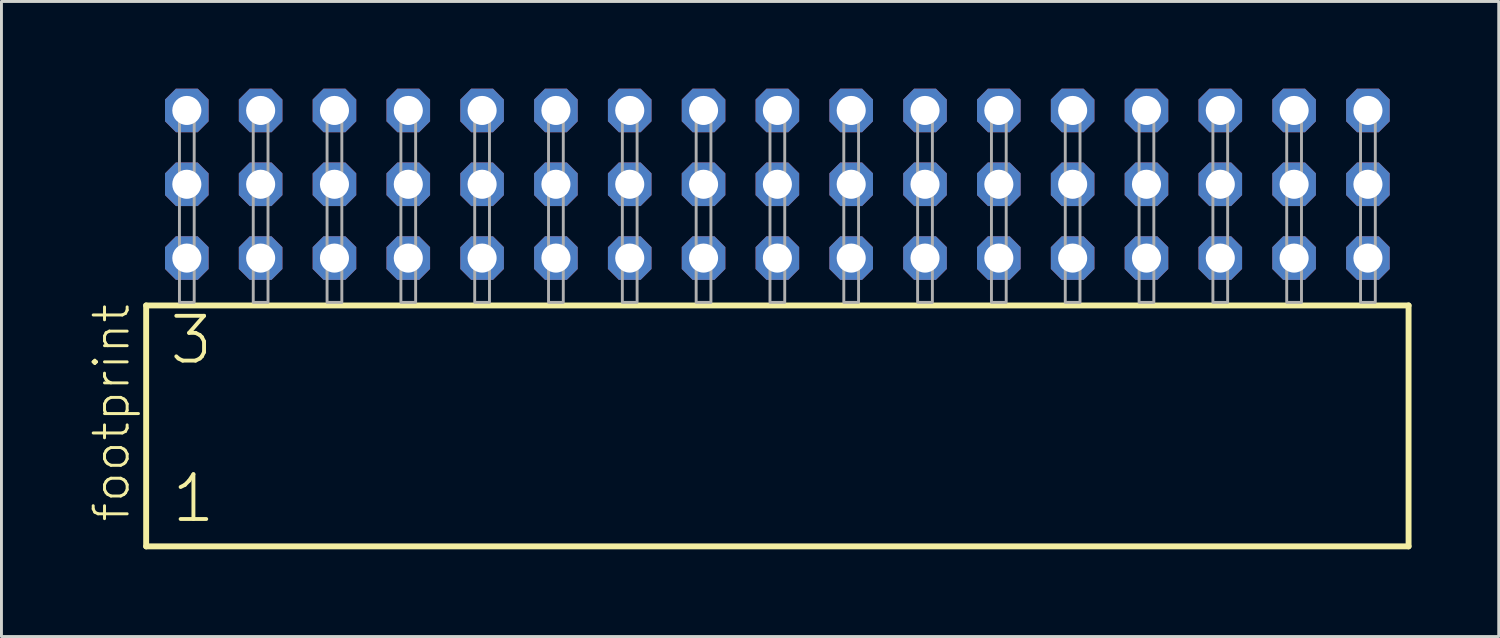
<source format=kicad_pcb>
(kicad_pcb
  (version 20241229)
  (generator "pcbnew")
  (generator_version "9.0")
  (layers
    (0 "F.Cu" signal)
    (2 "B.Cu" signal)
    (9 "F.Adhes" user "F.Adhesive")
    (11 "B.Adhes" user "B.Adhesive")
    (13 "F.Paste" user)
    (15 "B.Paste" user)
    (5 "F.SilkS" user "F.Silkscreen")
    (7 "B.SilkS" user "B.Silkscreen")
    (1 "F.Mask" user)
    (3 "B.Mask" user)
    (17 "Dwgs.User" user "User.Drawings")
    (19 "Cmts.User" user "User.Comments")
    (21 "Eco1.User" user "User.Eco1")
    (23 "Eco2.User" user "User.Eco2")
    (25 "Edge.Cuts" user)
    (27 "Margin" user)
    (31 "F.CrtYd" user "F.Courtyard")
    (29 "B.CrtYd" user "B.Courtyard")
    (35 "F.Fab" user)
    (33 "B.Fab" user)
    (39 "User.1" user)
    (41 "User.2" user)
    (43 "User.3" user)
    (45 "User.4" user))
  (footprint "footprint"
    (layer "F.Cu")
    (at 23.698 7.354)
    (property "Reference" "footprint" (at -22.225 7.62 90) (layer "F.SilkS") (effects (font (size 1.168 1.168) (thickness 0.102)) (justify left bottom)))
    (fp_line (start -21.719 0.106) (end -21.719 8.396) (stroke (width 0.203) (type solid)) (layer "F.SilkS"))
    (fp_line (start -21.719 8.396) (end 21.719 8.396) (stroke (width 0.203) (type solid)) (layer "F.SilkS"))
    (fp_line (start 21.719 0.106) (end -21.719 0.106) (stroke (width 0.203) (type solid)) (layer "F.SilkS"))
    (fp_line (start 21.719 8.396) (end 21.719 0.106) (stroke (width 0.203) (type solid)) (layer "F.SilkS"))
    (fp_poly (pts (xy -20.574 0) (xy -20.066 0) (xy -20.066 -6.858) (xy -20.574 -6.858)) (stroke (width 0.1) (type solid)) (fill no) (layer "F.Fab"))
    (fp_poly (pts (xy -18.034 0) (xy -17.526 0) (xy -17.526 -6.858) (xy -18.034 -6.858)) (stroke (width 0.1) (type solid)) (fill no) (layer "F.Fab"))
    (fp_poly (pts (xy -15.494 0) (xy -14.986 0) (xy -14.986 -6.858) (xy -15.494 -6.858)) (stroke (width 0.1) (type solid)) (fill no) (layer "F.Fab"))
    (fp_poly (pts (xy -12.954 0) (xy -12.446 0) (xy -12.446 -6.858) (xy -12.954 -6.858)) (stroke (width 0.1) (type solid)) (fill no) (layer "F.Fab"))
    (fp_poly (pts (xy -10.414 0) (xy -9.906 0) (xy -9.906 -6.858) (xy -10.414 -6.858)) (stroke (width 0.1) (type solid)) (fill no) (layer "F.Fab"))
    (fp_poly (pts (xy -7.874 0) (xy -7.366 0) (xy -7.366 -6.858) (xy -7.874 -6.858)) (stroke (width 0.1) (type solid)) (fill no) (layer "F.Fab"))
    (fp_poly (pts (xy -5.334 0) (xy -4.826 0) (xy -4.826 -6.858) (xy -5.334 -6.858)) (stroke (width 0.1) (type solid)) (fill no) (layer "F.Fab"))
    (fp_poly (pts (xy -2.794 0) (xy -2.286 0) (xy -2.286 -6.858) (xy -2.794 -6.858)) (stroke (width 0.1) (type solid)) (fill no) (layer "F.Fab"))
    (fp_poly (pts (xy -0.254 0) (xy 0.254 0) (xy 0.254 -6.858) (xy -0.254 -6.858)) (stroke (width 0.1) (type solid)) (fill no) (layer "F.Fab"))
    (fp_poly (pts (xy 2.286 0) (xy 2.794 0) (xy 2.794 -6.858) (xy 2.286 -6.858)) (stroke (width 0.1) (type solid)) (fill no) (layer "F.Fab"))
    (fp_poly (pts (xy 4.826 0) (xy 5.334 0) (xy 5.334 -6.858) (xy 4.826 -6.858)) (stroke (width 0.1) (type solid)) (fill no) (layer "F.Fab"))
    (fp_poly (pts (xy 7.366 0) (xy 7.874 0) (xy 7.874 -6.858) (xy 7.366 -6.858)) (stroke (width 0.1) (type solid)) (fill no) (layer "F.Fab"))
    (fp_poly (pts (xy 9.906 0) (xy 10.414 0) (xy 10.414 -6.858) (xy 9.906 -6.858)) (stroke (width 0.1) (type solid)) (fill no) (layer "F.Fab"))
    (fp_poly (pts (xy 12.446 0) (xy 12.954 0) (xy 12.954 -6.858) (xy 12.446 -6.858)) (stroke (width 0.1) (type solid)) (fill no) (layer "F.Fab"))
    (fp_poly (pts (xy 14.986 0) (xy 15.494 0) (xy 15.494 -6.858) (xy 14.986 -6.858)) (stroke (width 0.1) (type solid)) (fill no) (layer "F.Fab"))
    (fp_poly (pts (xy 17.526 0) (xy 18.034 0) (xy 18.034 -6.858) (xy 17.526 -6.858)) (stroke (width 0.1) (type solid)) (fill no) (layer "F.Fab"))
    (fp_poly (pts (xy 20.066 0) (xy 20.574 0) (xy 20.574 -6.858) (xy 20.066 -6.858)) (stroke (width 0.1) (type solid)) (fill no) (layer "F.Fab"))
    (fp_text user "3" (at -20.99 2.2 0) (layer "F.SilkS") (effects (font (size 1.542 1.542) (thickness 0.134)) (justify left bottom)))
    (fp_text user "1" (at -20.915 7.65 0) (layer "F.SilkS") (effects (font (size 1.542 1.542) (thickness 0.134)) (justify left bottom)))
    (pad "1" thru_hole roundrect (at -20.32 -1.524) (size 1.5 1.5) (drill 1) (layers "*.Cu" "*.Mask") (roundrect_rratio 0.25) (chamfer_ratio 0.25) (chamfer top_left top_right bottom_left bottom_right))
    (pad "2" thru_hole roundrect (at -20.32 -4.064) (size 1.5 1.5) (drill 1) (layers "*.Cu" "*.Mask") (roundrect_rratio 0.25) (chamfer_ratio 0.25) (chamfer top_left top_right bottom_left bottom_right))
    (pad "3" thru_hole roundrect (at -20.32 -6.604) (size 1.5 1.5) (drill 1) (layers "*.Cu" "*.Mask") (roundrect_rratio 0.25) (chamfer_ratio 0.25) (chamfer top_left top_right bottom_left bottom_right))
    (pad "4" thru_hole roundrect (at -17.78 -1.524) (size 1.5 1.5) (drill 1) (layers "*.Cu" "*.Mask") (roundrect_rratio 0.25) (chamfer_ratio 0.25) (chamfer top_left top_right bottom_left bottom_right))
    (pad "5" thru_hole roundrect (at -17.78 -4.064) (size 1.5 1.5) (drill 1) (layers "*.Cu" "*.Mask") (roundrect_rratio 0.25) (chamfer_ratio 0.25) (chamfer top_left top_right bottom_left bottom_right))
    (pad "6" thru_hole roundrect (at -17.78 -6.604) (size 1.5 1.5) (drill 1) (layers "*.Cu" "*.Mask") (roundrect_rratio 0.25) (chamfer_ratio 0.25) (chamfer top_left top_right bottom_left bottom_right))
    (pad "7" thru_hole roundrect (at -15.24 -1.524) (size 1.5 1.5) (drill 1) (layers "*.Cu" "*.Mask") (roundrect_rratio 0.25) (chamfer_ratio 0.25) (chamfer top_left top_right bottom_left bottom_right))
    (pad "8" thru_hole roundrect (at -15.24 -4.064) (size 1.5 1.5) (drill 1) (layers "*.Cu" "*.Mask") (roundrect_rratio 0.25) (chamfer_ratio 0.25) (chamfer top_left top_right bottom_left bottom_right))
    (pad "9" thru_hole roundrect (at -15.24 -6.604) (size 1.5 1.5) (drill 1) (layers "*.Cu" "*.Mask") (roundrect_rratio 0.25) (chamfer_ratio 0.25) (chamfer top_left top_right bottom_left bottom_right))
    (pad "10" thru_hole roundrect (at -12.7 -1.524) (size 1.5 1.5) (drill 1) (layers "*.Cu" "*.Mask") (roundrect_rratio 0.25) (chamfer_ratio 0.25) (chamfer top_left top_right bottom_left bottom_right))
    (pad "11" thru_hole roundrect (at -12.7 -4.064) (size 1.5 1.5) (drill 1) (layers "*.Cu" "*.Mask") (roundrect_rratio 0.25) (chamfer_ratio 0.25) (chamfer top_left top_right bottom_left bottom_right))
    (pad "12" thru_hole roundrect (at -12.7 -6.604) (size 1.5 1.5) (drill 1) (layers "*.Cu" "*.Mask") (roundrect_rratio 0.25) (chamfer_ratio 0.25) (chamfer top_left top_right bottom_left bottom_right))
    (pad "13" thru_hole roundrect (at -10.16 -1.524) (size 1.5 1.5) (drill 1) (layers "*.Cu" "*.Mask") (roundrect_rratio 0.25) (chamfer_ratio 0.25) (chamfer top_left top_right bottom_left bottom_right))
    (pad "14" thru_hole roundrect (at -10.16 -4.064) (size 1.5 1.5) (drill 1) (layers "*.Cu" "*.Mask") (roundrect_rratio 0.25) (chamfer_ratio 0.25) (chamfer top_left top_right bottom_left bottom_right))
    (pad "15" thru_hole roundrect (at -10.16 -6.604) (size 1.5 1.5) (drill 1) (layers "*.Cu" "*.Mask") (roundrect_rratio 0.25) (chamfer_ratio 0.25) (chamfer top_left top_right bottom_left bottom_right))
    (pad "16" thru_hole roundrect (at -7.62 -1.524) (size 1.5 1.5) (drill 1) (layers "*.Cu" "*.Mask") (roundrect_rratio 0.25) (chamfer_ratio 0.25) (chamfer top_left top_right bottom_left bottom_right))
    (pad "17" thru_hole roundrect (at -7.62 -4.064) (size 1.5 1.5) (drill 1) (layers "*.Cu" "*.Mask") (roundrect_rratio 0.25) (chamfer_ratio 0.25) (chamfer top_left top_right bottom_left bottom_right))
    (pad "18" thru_hole roundrect (at -7.62 -6.604) (size 1.5 1.5) (drill 1) (layers "*.Cu" "*.Mask") (roundrect_rratio 0.25) (chamfer_ratio 0.25) (chamfer top_left top_right bottom_left bottom_right))
    (pad "19" thru_hole roundrect (at -5.08 -1.524) (size 1.5 1.5) (drill 1) (layers "*.Cu" "*.Mask") (roundrect_rratio 0.25) (chamfer_ratio 0.25) (chamfer top_left top_right bottom_left bottom_right))
    (pad "20" thru_hole roundrect (at -5.08 -4.064) (size 1.5 1.5) (drill 1) (layers "*.Cu" "*.Mask") (roundrect_rratio 0.25) (chamfer_ratio 0.25) (chamfer top_left top_right bottom_left bottom_right))
    (pad "21" thru_hole roundrect (at -5.08 -6.604) (size 1.5 1.5) (drill 1) (layers "*.Cu" "*.Mask") (roundrect_rratio 0.25) (chamfer_ratio 0.25) (chamfer top_left top_right bottom_left bottom_right))
    (pad "22" thru_hole roundrect (at -2.54 -1.524) (size 1.5 1.5) (drill 1) (layers "*.Cu" "*.Mask") (roundrect_rratio 0.25) (chamfer_ratio 0.25) (chamfer top_left top_right bottom_left bottom_right))
    (pad "23" thru_hole roundrect (at -2.54 -4.064) (size 1.5 1.5) (drill 1) (layers "*.Cu" "*.Mask") (roundrect_rratio 0.25) (chamfer_ratio 0.25) (chamfer top_left top_right bottom_left bottom_right))
    (pad "24" thru_hole roundrect (at -2.54 -6.604) (size 1.5 1.5) (drill 1) (layers "*.Cu" "*.Mask") (roundrect_rratio 0.25) (chamfer_ratio 0.25) (chamfer top_left top_right bottom_left bottom_right))
    (pad "25" thru_hole roundrect (at 0 -1.524) (size 1.5 1.5) (drill 1) (layers "*.Cu" "*.Mask") (roundrect_rratio 0.25) (chamfer_ratio 0.25) (chamfer top_left top_right bottom_left bottom_right))
    (pad "26" thru_hole roundrect (at 0 -4.064) (size 1.5 1.5) (drill 1) (layers "*.Cu" "*.Mask") (roundrect_rratio 0.25) (chamfer_ratio 0.25) (chamfer top_left top_right bottom_left bottom_right))
    (pad "27" thru_hole roundrect (at 0 -6.604) (size 1.5 1.5) (drill 1) (layers "*.Cu" "*.Mask") (roundrect_rratio 0.25) (chamfer_ratio 0.25) (chamfer top_left top_right bottom_left bottom_right))
    (pad "28" thru_hole roundrect (at 2.54 -1.524) (size 1.5 1.5) (drill 1) (layers "*.Cu" "*.Mask") (roundrect_rratio 0.25) (chamfer_ratio 0.25) (chamfer top_left top_right bottom_left bottom_right))
    (pad "29" thru_hole roundrect (at 2.54 -4.064) (size 1.5 1.5) (drill 1) (layers "*.Cu" "*.Mask") (roundrect_rratio 0.25) (chamfer_ratio 0.25) (chamfer top_left top_right bottom_left bottom_right))
    (pad "30" thru_hole roundrect (at 2.54 -6.604) (size 1.5 1.5) (drill 1) (layers "*.Cu" "*.Mask") (roundrect_rratio 0.25) (chamfer_ratio 0.25) (chamfer top_left top_right bottom_left bottom_right))
    (pad "31" thru_hole roundrect (at 5.08 -1.524) (size 1.5 1.5) (drill 1) (layers "*.Cu" "*.Mask") (roundrect_rratio 0.25) (chamfer_ratio 0.25) (chamfer top_left top_right bottom_left bottom_right))
    (pad "32" thru_hole roundrect (at 5.08 -4.064) (size 1.5 1.5) (drill 1) (layers "*.Cu" "*.Mask") (roundrect_rratio 0.25) (chamfer_ratio 0.25) (chamfer top_left top_right bottom_left bottom_right))
    (pad "33" thru_hole roundrect (at 5.08 -6.604) (size 1.5 1.5) (drill 1) (layers "*.Cu" "*.Mask") (roundrect_rratio 0.25) (chamfer_ratio 0.25) (chamfer top_left top_right bottom_left bottom_right))
    (pad "34" thru_hole roundrect (at 7.62 -1.524) (size 1.5 1.5) (drill 1) (layers "*.Cu" "*.Mask") (roundrect_rratio 0.25) (chamfer_ratio 0.25) (chamfer top_left top_right bottom_left bottom_right))
    (pad "35" thru_hole roundrect (at 7.62 -4.064) (size 1.5 1.5) (drill 1) (layers "*.Cu" "*.Mask") (roundrect_rratio 0.25) (chamfer_ratio 0.25) (chamfer top_left top_right bottom_left bottom_right))
    (pad "36" thru_hole roundrect (at 7.62 -6.604) (size 1.5 1.5) (drill 1) (layers "*.Cu" "*.Mask") (roundrect_rratio 0.25) (chamfer_ratio 0.25) (chamfer top_left top_right bottom_left bottom_right))
    (pad "37" thru_hole roundrect (at 10.16 -1.524) (size 1.5 1.5) (drill 1) (layers "*.Cu" "*.Mask") (roundrect_rratio 0.25) (chamfer_ratio 0.25) (chamfer top_left top_right bottom_left bottom_right))
    (pad "38" thru_hole roundrect (at 10.16 -4.064) (size 1.5 1.5) (drill 1) (layers "*.Cu" "*.Mask") (roundrect_rratio 0.25) (chamfer_ratio 0.25) (chamfer top_left top_right bottom_left bottom_right))
    (pad "39" thru_hole roundrect (at 10.16 -6.604) (size 1.5 1.5) (drill 1) (layers "*.Cu" "*.Mask") (roundrect_rratio 0.25) (chamfer_ratio 0.25) (chamfer top_left top_right bottom_left bottom_right))
    (pad "40" thru_hole roundrect (at 12.7 -1.524) (size 1.5 1.5) (drill 1) (layers "*.Cu" "*.Mask") (roundrect_rratio 0.25) (chamfer_ratio 0.25) (chamfer top_left top_right bottom_left bottom_right))
    (pad "41" thru_hole roundrect (at 12.7 -4.064) (size 1.5 1.5) (drill 1) (layers "*.Cu" "*.Mask") (roundrect_rratio 0.25) (chamfer_ratio 0.25) (chamfer top_left top_right bottom_left bottom_right))
    (pad "42" thru_hole roundrect (at 12.7 -6.604) (size 1.5 1.5) (drill 1) (layers "*.Cu" "*.Mask") (roundrect_rratio 0.25) (chamfer_ratio 0.25) (chamfer top_left top_right bottom_left bottom_right))
    (pad "43" thru_hole roundrect (at 15.24 -1.524) (size 1.5 1.5) (drill 1) (layers "*.Cu" "*.Mask") (roundrect_rratio 0.25) (chamfer_ratio 0.25) (chamfer top_left top_right bottom_left bottom_right))
    (pad "44" thru_hole roundrect (at 15.24 -4.064) (size 1.5 1.5) (drill 1) (layers "*.Cu" "*.Mask") (roundrect_rratio 0.25) (chamfer_ratio 0.25) (chamfer top_left top_right bottom_left bottom_right))
    (pad "45" thru_hole roundrect (at 15.24 -6.604) (size 1.5 1.5) (drill 1) (layers "*.Cu" "*.Mask") (roundrect_rratio 0.25) (chamfer_ratio 0.25) (chamfer top_left top_right bottom_left bottom_right))
    (pad "46" thru_hole roundrect (at 17.78 -1.524) (size 1.5 1.5) (drill 1) (layers "*.Cu" "*.Mask") (roundrect_rratio 0.25) (chamfer_ratio 0.25) (chamfer top_left top_right bottom_left bottom_right))
    (pad "47" thru_hole roundrect (at 17.78 -4.064) (size 1.5 1.5) (drill 1) (layers "*.Cu" "*.Mask") (roundrect_rratio 0.25) (chamfer_ratio 0.25) (chamfer top_left top_right bottom_left bottom_right))
    (pad "48" thru_hole roundrect (at 17.78 -6.604) (size 1.5 1.5) (drill 1) (layers "*.Cu" "*.Mask") (roundrect_rratio 0.25) (chamfer_ratio 0.25) (chamfer top_left top_right bottom_left bottom_right))
    (pad "49" thru_hole roundrect (at 20.32 -1.524) (size 1.5 1.5) (drill 1) (layers "*.Cu" "*.Mask") (roundrect_rratio 0.25) (chamfer_ratio 0.25) (chamfer top_left top_right bottom_left bottom_right))
    (pad "50" thru_hole roundrect (at 20.32 -4.064) (size 1.5 1.5) (drill 1) (layers "*.Cu" "*.Mask") (roundrect_rratio 0.25) (chamfer_ratio 0.25) (chamfer top_left top_right bottom_left bottom_right))
    (pad "51" thru_hole roundrect (at 20.32 -6.604) (size 1.5 1.5) (drill 1) (layers "*.Cu" "*.Mask") (roundrect_rratio 0.25) (chamfer_ratio 0.25) (chamfer top_left top_right bottom_left bottom_right)))
  (gr_rect
    (start -3 -3)
    (end 48.519 18.852)
    (stroke (width 0.1) (type default))
    (fill no)
    (layer "Edge.Cuts")))
</source>
